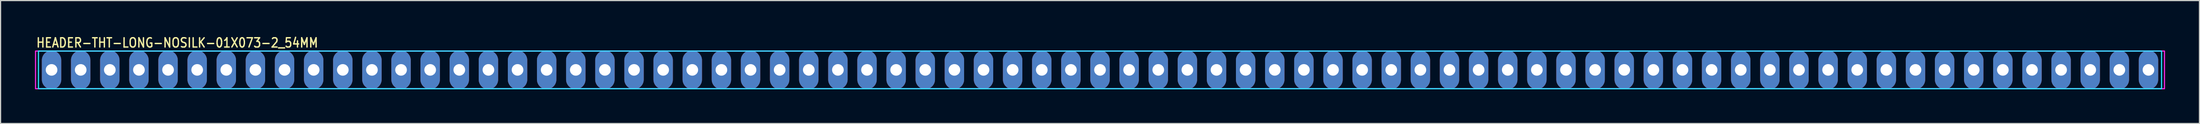
<source format=kicad_pcb>
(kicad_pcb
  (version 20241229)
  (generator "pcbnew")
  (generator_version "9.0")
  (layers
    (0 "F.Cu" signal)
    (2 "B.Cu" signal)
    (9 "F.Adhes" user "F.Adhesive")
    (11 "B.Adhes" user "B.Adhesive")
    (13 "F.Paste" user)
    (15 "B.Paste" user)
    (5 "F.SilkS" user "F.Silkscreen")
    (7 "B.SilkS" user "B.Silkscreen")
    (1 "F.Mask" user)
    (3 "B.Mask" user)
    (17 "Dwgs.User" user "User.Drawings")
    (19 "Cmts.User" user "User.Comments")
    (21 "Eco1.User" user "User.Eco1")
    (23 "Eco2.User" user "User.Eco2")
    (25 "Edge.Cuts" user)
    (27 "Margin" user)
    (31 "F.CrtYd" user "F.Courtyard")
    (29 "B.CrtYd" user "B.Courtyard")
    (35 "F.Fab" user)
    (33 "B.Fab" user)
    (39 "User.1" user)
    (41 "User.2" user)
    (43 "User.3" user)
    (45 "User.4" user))
  (footprint "HEADER-THT-LONG-NOSILK-01X073-2_54MM"
    (layer "F.Cu")
    (at 1.447 3.079)
    (property "Reference" "HEADER-THT-LONG-NOSILK-01X073-2_54MM" (at -1.4 -1.9 0) (unlocked yes) (layer "F.SilkS") (effects (font (size 0.813 0.695) (thickness 0.122)) (justify left bottom)))
    (fp_poly (pts (xy -1.143 -1.651) (xy 184.023 -1.651) (xy 184.023 1.651) (xy -1.143 1.651)) (stroke (width 0.1) (type solid)) (fill no) (layer "B.CrtYd"))
    (fp_poly (pts (xy -1.397 -1.651) (xy 184.277 -1.651) (xy 184.277 1.651) (xy -1.397 1.651)) (stroke (width 0.1) (type solid)) (fill no) (layer "F.CrtYd"))
    (pad "1" thru_hole oval (at 0 0 90) (size 3.387 1.693) (drill 1.016) (layers "*.Cu" "*.Mask"))
    (pad "2" thru_hole oval (at 2.54 0 90) (size 3.387 1.693) (drill 1.016) (layers "*.Cu" "*.Mask"))
    (pad "3" thru_hole oval (at 5.08 0 90) (size 3.387 1.693) (drill 1.016) (layers "*.Cu" "*.Mask"))
    (pad "4" thru_hole oval (at 7.62 0 90) (size 3.387 1.693) (drill 1.016) (layers "*.Cu" "*.Mask"))
    (pad "5" thru_hole oval (at 10.16 0 90) (size 3.387 1.693) (drill 1.016) (layers "*.Cu" "*.Mask"))
    (pad "6" thru_hole oval (at 12.7 0 90) (size 3.387 1.693) (drill 1.016) (layers "*.Cu" "*.Mask"))
    (pad "7" thru_hole oval (at 15.24 0 90) (size 3.387 1.693) (drill 1.016) (layers "*.Cu" "*.Mask"))
    (pad "8" thru_hole oval (at 17.78 0 90) (size 3.387 1.693) (drill 1.016) (layers "*.Cu" "*.Mask"))
    (pad "9" thru_hole oval (at 20.32 0 90) (size 3.387 1.693) (drill 1.016) (layers "*.Cu" "*.Mask"))
    (pad "10" thru_hole oval (at 22.86 0 90) (size 3.387 1.693) (drill 1.016) (layers "*.Cu" "*.Mask"))
    (pad "11" thru_hole oval (at 25.4 0 90) (size 3.387 1.693) (drill 1.016) (layers "*.Cu" "*.Mask"))
    (pad "12" thru_hole oval (at 27.94 0 90) (size 3.387 1.693) (drill 1.016) (layers "*.Cu" "*.Mask"))
    (pad "13" thru_hole oval (at 30.48 0 90) (size 3.387 1.693) (drill 1.016) (layers "*.Cu" "*.Mask"))
    (pad "14" thru_hole oval (at 33.02 0 90) (size 3.387 1.693) (drill 1.016) (layers "*.Cu" "*.Mask"))
    (pad "15" thru_hole oval (at 35.56 0 90) (size 3.387 1.693) (drill 1.016) (layers "*.Cu" "*.Mask"))
    (pad "16" thru_hole oval (at 38.1 0 90) (size 3.387 1.693) (drill 1.016) (layers "*.Cu" "*.Mask"))
    (pad "17" thru_hole oval (at 40.64 0 90) (size 3.387 1.693) (drill 1.016) (layers "*.Cu" "*.Mask"))
    (pad "18" thru_hole oval (at 43.18 0 90) (size 3.387 1.693) (drill 1.016) (layers "*.Cu" "*.Mask"))
    (pad "19" thru_hole oval (at 45.72 0 90) (size 3.387 1.693) (drill 1.016) (layers "*.Cu" "*.Mask"))
    (pad "20" thru_hole oval (at 48.26 0 90) (size 3.387 1.693) (drill 1.016) (layers "*.Cu" "*.Mask"))
    (pad "21" thru_hole oval (at 50.8 0 90) (size 3.387 1.693) (drill 1.016) (layers "*.Cu" "*.Mask"))
    (pad "22" thru_hole oval (at 53.34 0 90) (size 3.387 1.693) (drill 1.016) (layers "*.Cu" "*.Mask"))
    (pad "23" thru_hole oval (at 55.88 0 90) (size 3.387 1.693) (drill 1.016) (layers "*.Cu" "*.Mask"))
    (pad "24" thru_hole oval (at 58.42 0 90) (size 3.387 1.693) (drill 1.016) (layers "*.Cu" "*.Mask"))
    (pad "25" thru_hole oval (at 60.96 0 90) (size 3.387 1.693) (drill 1.016) (layers "*.Cu" "*.Mask"))
    (pad "26" thru_hole oval (at 63.5 0 90) (size 3.387 1.693) (drill 1.016) (layers "*.Cu" "*.Mask"))
    (pad "27" thru_hole oval (at 66.04 0 90) (size 3.387 1.693) (drill 1.016) (layers "*.Cu" "*.Mask"))
    (pad "28" thru_hole oval (at 68.58 0 90) (size 3.387 1.693) (drill 1.016) (layers "*.Cu" "*.Mask"))
    (pad "29" thru_hole oval (at 71.12 0 90) (size 3.387 1.693) (drill 1.016) (layers "*.Cu" "*.Mask"))
    (pad "30" thru_hole oval (at 73.66 0 90) (size 3.387 1.693) (drill 1.016) (layers "*.Cu" "*.Mask"))
    (pad "31" thru_hole oval (at 76.2 0 90) (size 3.387 1.693) (drill 1.016) (layers "*.Cu" "*.Mask"))
    (pad "32" thru_hole oval (at 78.74 0 90) (size 3.387 1.693) (drill 1.016) (layers "*.Cu" "*.Mask"))
    (pad "33" thru_hole oval (at 81.28 0 90) (size 3.387 1.693) (drill 1.016) (layers "*.Cu" "*.Mask"))
    (pad "34" thru_hole oval (at 83.82 0 90) (size 3.387 1.693) (drill 1.016) (layers "*.Cu" "*.Mask"))
    (pad "35" thru_hole oval (at 86.36 0 90) (size 3.387 1.693) (drill 1.016) (layers "*.Cu" "*.Mask"))
    (pad "36" thru_hole oval (at 88.9 0 90) (size 3.387 1.693) (drill 1.016) (layers "*.Cu" "*.Mask"))
    (pad "37" thru_hole oval (at 91.44 0 90) (size 3.387 1.693) (drill 1.016) (layers "*.Cu" "*.Mask"))
    (pad "38" thru_hole oval (at 93.98 0 90) (size 3.387 1.693) (drill 1.016) (layers "*.Cu" "*.Mask"))
    (pad "39" thru_hole oval (at 96.52 0 90) (size 3.387 1.693) (drill 1.016) (layers "*.Cu" "*.Mask"))
    (pad "40" thru_hole oval (at 99.06 0 90) (size 3.387 1.693) (drill 1.016) (layers "*.Cu" "*.Mask"))
    (pad "41" thru_hole oval (at 101.6 0 90) (size 3.387 1.693) (drill 1.016) (layers "*.Cu" "*.Mask"))
    (pad "42" thru_hole oval (at 104.14 0 90) (size 3.387 1.693) (drill 1.016) (layers "*.Cu" "*.Mask"))
    (pad "43" thru_hole oval (at 106.68 0 90) (size 3.387 1.693) (drill 1.016) (layers "*.Cu" "*.Mask"))
    (pad "44" thru_hole oval (at 109.22 0 90) (size 3.387 1.693) (drill 1.016) (layers "*.Cu" "*.Mask"))
    (pad "45" thru_hole oval (at 111.76 0 90) (size 3.387 1.693) (drill 1.016) (layers "*.Cu" "*.Mask"))
    (pad "46" thru_hole oval (at 114.3 0 90) (size 3.387 1.693) (drill 1.016) (layers "*.Cu" "*.Mask"))
    (pad "47" thru_hole oval (at 116.84 0 90) (size 3.387 1.693) (drill 1.016) (layers "*.Cu" "*.Mask"))
    (pad "48" thru_hole oval (at 119.38 0 90) (size 3.387 1.693) (drill 1.016) (layers "*.Cu" "*.Mask"))
    (pad "49" thru_hole oval (at 121.92 0 90) (size 3.387 1.693) (drill 1.016) (layers "*.Cu" "*.Mask"))
    (pad "50" thru_hole oval (at 124.46 0 90) (size 3.387 1.693) (drill 1.016) (layers "*.Cu" "*.Mask"))
    (pad "51" thru_hole oval (at 127 0 90) (size 3.387 1.693) (drill 1.016) (layers "*.Cu" "*.Mask"))
    (pad "52" thru_hole oval (at 129.54 0 90) (size 3.387 1.693) (drill 1.016) (layers "*.Cu" "*.Mask"))
    (pad "53" thru_hole oval (at 132.08 0 90) (size 3.387 1.693) (drill 1.016) (layers "*.Cu" "*.Mask"))
    (pad "54" thru_hole oval (at 134.62 0 90) (size 3.387 1.693) (drill 1.016) (layers "*.Cu" "*.Mask"))
    (pad "55" thru_hole oval (at 137.16 0 90) (size 3.387 1.693) (drill 1.016) (layers "*.Cu" "*.Mask"))
    (pad "56" thru_hole oval (at 139.7 0 90) (size 3.387 1.693) (drill 1.016) (layers "*.Cu" "*.Mask"))
    (pad "57" thru_hole oval (at 142.24 0 90) (size 3.387 1.693) (drill 1.016) (layers "*.Cu" "*.Mask"))
    (pad "58" thru_hole oval (at 144.78 0 90) (size 3.387 1.693) (drill 1.016) (layers "*.Cu" "*.Mask"))
    (pad "59" thru_hole oval (at 147.32 0 90) (size 3.387 1.693) (drill 1.016) (layers "*.Cu" "*.Mask"))
    (pad "60" thru_hole oval (at 149.86 0 90) (size 3.387 1.693) (drill 1.016) (layers "*.Cu" "*.Mask"))
    (pad "61" thru_hole oval (at 152.4 0 90) (size 3.387 1.693) (drill 1.016) (layers "*.Cu" "*.Mask"))
    (pad "62" thru_hole oval (at 154.94 0 90) (size 3.387 1.693) (drill 1.016) (layers "*.Cu" "*.Mask"))
    (pad "63" thru_hole oval (at 157.48 0 90) (size 3.387 1.693) (drill 1.016) (layers "*.Cu" "*.Mask"))
    (pad "64" thru_hole oval (at 160.02 0 90) (size 3.387 1.693) (drill 1.016) (layers "*.Cu" "*.Mask"))
    (pad "65" thru_hole oval (at 162.56 0 90) (size 3.387 1.693) (drill 1.016) (layers "*.Cu" "*.Mask"))
    (pad "66" thru_hole oval (at 165.1 0 90) (size 3.387 1.693) (drill 1.016) (layers "*.Cu" "*.Mask"))
    (pad "67" thru_hole oval (at 167.64 0 90) (size 3.387 1.693) (drill 1.016) (layers "*.Cu" "*.Mask"))
    (pad "68" thru_hole oval (at 170.18 0 90) (size 3.387 1.693) (drill 1.016) (layers "*.Cu" "*.Mask"))
    (pad "69" thru_hole oval (at 172.72 0 90) (size 3.387 1.693) (drill 1.016) (layers "*.Cu" "*.Mask"))
    (pad "70" thru_hole oval (at 175.26 0 90) (size 3.387 1.693) (drill 1.016) (layers "*.Cu" "*.Mask"))
    (pad "71" thru_hole oval (at 177.8 0 90) (size 3.387 1.693) (drill 1.016) (layers "*.Cu" "*.Mask"))
    (pad "72" thru_hole oval (at 180.34 0 90) (size 3.387 1.693) (drill 1.016) (layers "*.Cu" "*.Mask"))
    (pad "73" thru_hole oval (at 182.88 0 90) (size 3.387 1.693) (drill 1.016) (layers "*.Cu" "*.Mask")))
  (gr_rect
    (start -3 -3)
    (end 188.774 7.78)
    (stroke (width 0.1) (type default))
    (fill no)
    (layer "Edge.Cuts")))
</source>
